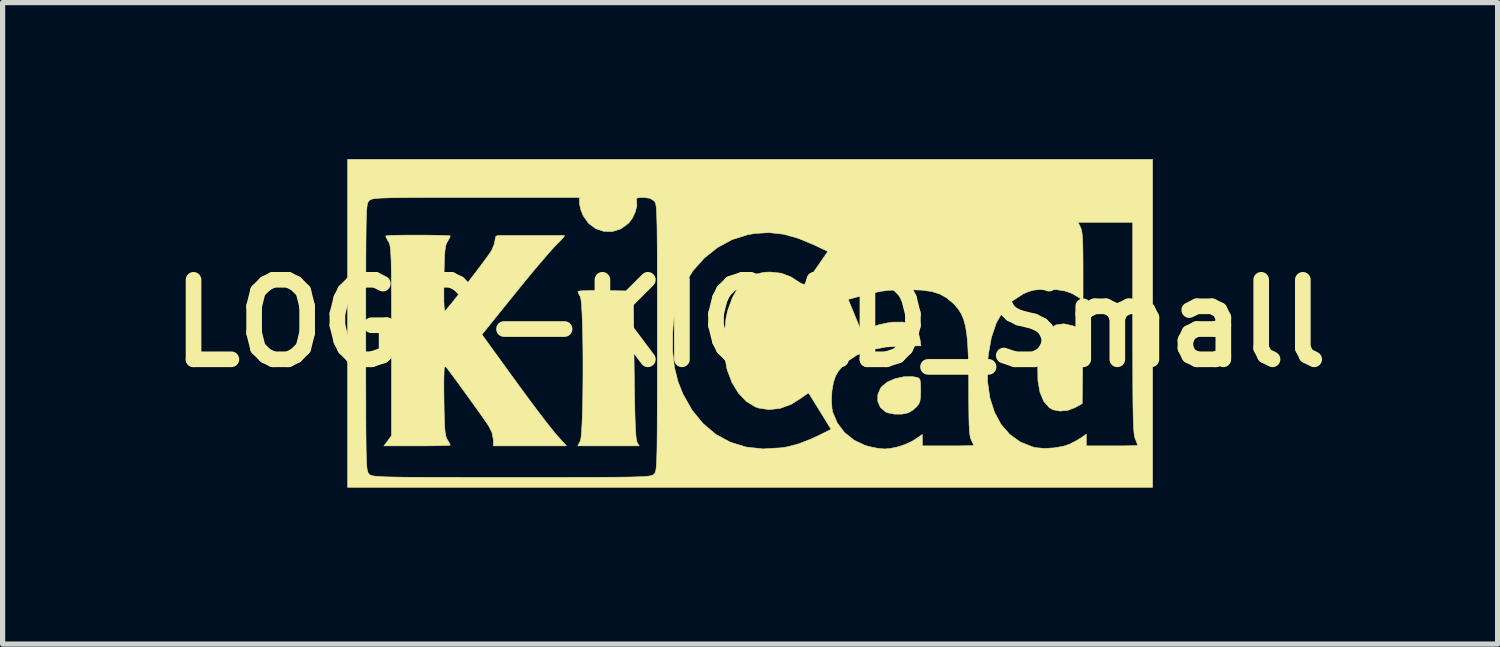
<source format=kicad_pcb>
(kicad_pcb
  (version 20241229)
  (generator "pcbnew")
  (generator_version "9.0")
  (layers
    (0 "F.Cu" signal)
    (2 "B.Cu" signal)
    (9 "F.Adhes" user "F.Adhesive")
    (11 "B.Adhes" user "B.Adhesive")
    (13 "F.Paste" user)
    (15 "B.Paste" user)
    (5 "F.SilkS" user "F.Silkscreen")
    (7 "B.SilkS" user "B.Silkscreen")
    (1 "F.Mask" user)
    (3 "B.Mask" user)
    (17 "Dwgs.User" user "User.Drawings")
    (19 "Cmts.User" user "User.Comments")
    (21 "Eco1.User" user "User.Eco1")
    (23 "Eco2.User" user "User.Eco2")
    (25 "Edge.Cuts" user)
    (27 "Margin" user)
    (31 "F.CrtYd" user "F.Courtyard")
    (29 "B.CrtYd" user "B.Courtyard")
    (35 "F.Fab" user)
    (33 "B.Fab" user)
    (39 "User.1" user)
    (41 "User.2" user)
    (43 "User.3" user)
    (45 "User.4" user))
  (footprint "LOGO-KICAD_Small"
    (layer "F.Cu")
    (at 11.328 3.148)
    (property "Reference" "LOGO-KICAD_Small" (at 0 0 0) (layer "F.SilkS") (effects (font (size 1.524 1.524) (thickness 0.3))))
    (attr through_hole)
    (fp_poly (pts (xy 6.188 0.047) (xy 6.267 0.08) (xy 6.383 0.135) (xy 6.374 0.836) (xy 6.366 1.538) (xy 6.239 1.61) (xy 6.093 1.667) (xy 5.942 1.682) (xy 5.806 1.656) (xy 5.735 1.616) (xy 5.628 1.493) (xy 5.556 1.318) (xy 5.517 1.095) (xy 5.514 0.825) (xy 5.526 0.672) (xy 5.568 0.43) (xy 5.64 0.241) (xy 5.739 0.107) (xy 5.864 0.03) (xy 6.014 0.009) (xy 6.188 0.047)) (stroke (width 0.01) (type solid)) (fill yes) (layer "F.SilkS"))
    (fp_poly (pts (xy 3.199 1.036) (xy 3.236 1.051) (xy 3.257 1.082) (xy 3.267 1.143) (xy 3.27 1.249) (xy 3.27 1.285) (xy 3.267 1.411) (xy 3.256 1.493) (xy 3.23 1.552) (xy 3.192 1.599) (xy 3.114 1.667) (xy 3.034 1.714) (xy 3.031 1.715) (xy 2.907 1.741) (xy 2.766 1.74) (xy 2.638 1.715) (xy 2.596 1.697) (xy 2.498 1.611) (xy 2.448 1.497) (xy 2.448 1.37) (xy 2.5 1.244) (xy 2.527 1.209) (xy 2.633 1.124) (xy 2.781 1.06) (xy 2.947 1.024) (xy 3.113 1.021) (xy 3.199 1.036)) (stroke (width 0.01) (type solid)) (fill yes) (layer "F.SilkS"))
    (fp_poly (pts (xy -2.77 -0.628) (xy -2.238 -0.619) (xy -2.223 0.794) (xy -2.218 1.155) (xy -2.213 1.457) (xy -2.208 1.705) (xy -2.202 1.902) (xy -2.195 2.053) (xy -2.187 2.162) (xy -2.178 2.235) (xy -2.168 2.274) (xy -2.166 2.278) (xy -2.125 2.349) (xy -3.304 2.349) (xy -3.255 2.256) (xy -3.242 2.199) (xy -3.231 2.087) (xy -3.222 1.929) (xy -3.214 1.733) (xy -3.208 1.508) (xy -3.205 1.261) (xy -3.203 1.002) (xy -3.203 0.739) (xy -3.204 0.481) (xy -3.208 0.235) (xy -3.214 0.01) (xy -3.221 -0.185) (xy -3.23 -0.342) (xy -3.241 -0.452) (xy -3.254 -0.508) (xy -3.254 -0.508) (xy -3.288 -0.574) (xy -3.301 -0.612) (xy -3.271 -0.62) (xy -3.189 -0.625) (xy -3.063 -0.629) (xy -2.905 -0.629) (xy -2.77 -0.628)) (stroke (width 0.01) (type solid)) (fill yes) (layer "F.SilkS"))
    (fp_poly (pts (xy -6.237 -1.691) (xy -6.075 -1.689) (xy -5.934 -1.686) (xy -5.825 -1.683) (xy -5.76 -1.678) (xy -5.747 -1.674) (xy -5.763 -1.632) (xy -5.801 -1.566) (xy -5.802 -1.564) (xy -5.822 -1.526) (xy -5.837 -1.474) (xy -5.848 -1.398) (xy -5.856 -1.29) (xy -5.862 -1.14) (xy -5.866 -0.94) (xy -5.868 -0.843) (xy -5.87 -0.598) (xy -5.869 -0.416) (xy -5.863 -0.297) (xy -5.854 -0.241) (xy -5.846 -0.238) (xy -5.799 -0.292) (xy -5.722 -0.385) (xy -5.623 -0.509) (xy -5.511 -0.652) (xy -5.392 -0.806) (xy -5.273 -0.961) (xy -5.163 -1.107) (xy -5.068 -1.235) (xy -4.996 -1.335) (xy -4.955 -1.396) (xy -4.951 -1.404) (xy -4.911 -1.499) (xy -4.89 -1.587) (xy -4.889 -1.602) (xy -4.873 -1.667) (xy -4.842 -1.683) (xy -4.795 -1.684) (xy -4.698 -1.684) (xy -4.563 -1.684) (xy -4.401 -1.684) (xy -4.226 -1.684) (xy -4.05 -1.684) (xy -3.883 -1.684) (xy -3.739 -1.684) (xy -3.63 -1.684) (xy -3.567 -1.684) (xy -3.558 -1.683) (xy -3.565 -1.663) (xy -3.609 -1.611) (xy -3.682 -1.537) (xy -3.7 -1.52) (xy -3.763 -1.454) (xy -3.86 -1.346) (xy -3.982 -1.204) (xy -4.125 -1.036) (xy -4.281 -0.848) (xy -4.444 -0.648) (xy -4.506 -0.571) (xy -5.14 0.215) (xy -4.522 1.068) (xy -4.364 1.284) (xy -4.209 1.494) (xy -4.063 1.689) (xy -3.932 1.861) (xy -3.822 2.001) (xy -3.74 2.103) (xy -3.712 2.135) (xy -3.52 2.349) (xy -4.921 2.349) (xy -4.921 2.229) (xy -4.949 2.09) (xy -5.011 1.967) (xy -5.053 1.903) (xy -5.124 1.803) (xy -5.215 1.674) (xy -5.32 1.528) (xy -5.432 1.373) (xy -5.543 1.219) (xy -5.647 1.077) (xy -5.737 0.956) (xy -5.805 0.865) (xy -5.845 0.814) (xy -5.849 0.81) (xy -5.859 0.829) (xy -5.865 0.907) (xy -5.869 1.041) (xy -5.87 1.225) (xy -5.868 1.456) (xy -5.868 1.462) (xy -5.864 1.694) (xy -5.859 1.871) (xy -5.853 2.002) (xy -5.844 2.096) (xy -5.832 2.161) (xy -5.816 2.206) (xy -5.802 2.231) (xy -5.764 2.294) (xy -5.747 2.332) (xy -5.747 2.333) (xy -5.777 2.338) (xy -5.861 2.342) (xy -5.99 2.346) (xy -6.153 2.348) (xy -6.343 2.349) (xy -6.383 2.349) (xy -7.019 2.349) (xy -6.946 2.252) (xy -6.874 2.154) (xy -6.874 0.337) (xy -6.874 -0.049) (xy -6.874 -0.376) (xy -6.875 -0.65) (xy -6.876 -0.876) (xy -6.878 -1.059) (xy -6.881 -1.204) (xy -6.886 -1.316) (xy -6.891 -1.4) (xy -6.898 -1.462) (xy -6.906 -1.506) (xy -6.916 -1.537) (xy -6.928 -1.561) (xy -6.935 -1.573) (xy -6.972 -1.637) (xy -6.984 -1.674) (xy -6.983 -1.676) (xy -6.944 -1.681) (xy -6.856 -1.686) (xy -6.729 -1.689) (xy -6.576 -1.691) (xy -6.408 -1.691) (xy -6.237 -1.691)) (stroke (width 0.01) (type solid)) (fill yes) (layer "F.SilkS"))
    (fp_poly (pts (xy 7.715 3.143) (xy -7.715 3.143) (xy -7.715 0.27) (xy -7.366 0.27) (xy -7.366 0.732) (xy -7.366 1.136) (xy -7.365 1.484) (xy -7.365 1.781) (xy -7.364 2.031) (xy -7.362 2.239) (xy -7.36 2.409) (xy -7.356 2.544) (xy -7.353 2.649) (xy -7.348 2.729) (xy -7.342 2.787) (xy -7.335 2.827) (xy -7.327 2.854) (xy -7.317 2.873) (xy -7.306 2.886) (xy -7.303 2.889) (xy -7.29 2.901) (xy -7.274 2.91) (xy -7.25 2.919) (xy -7.215 2.926) (xy -7.163 2.932) (xy -7.091 2.937) (xy -6.996 2.942) (xy -6.872 2.945) (xy -6.716 2.948) (xy -6.523 2.95) (xy -6.29 2.951) (xy -6.013 2.952) (xy -5.686 2.952) (xy -5.307 2.953) (xy -4.871 2.953) (xy -4.572 2.953) (xy -4.099 2.953) (xy -3.685 2.953) (xy -3.327 2.952) (xy -3.02 2.952) (xy -2.76 2.95) (xy -2.542 2.949) (xy -2.364 2.947) (xy -2.221 2.944) (xy -2.108 2.94) (xy -2.023 2.936) (xy -1.959 2.93) (xy -1.914 2.924) (xy -1.884 2.916) (xy -1.863 2.907) (xy -1.849 2.896) (xy -1.841 2.889) (xy -1.83 2.877) (xy -1.82 2.86) (xy -1.811 2.836) (xy -1.804 2.799) (xy -1.798 2.747) (xy -1.793 2.674) (xy -1.789 2.576) (xy -1.785 2.449) (xy -1.783 2.29) (xy -1.781 2.093) (xy -1.78 1.855) (xy -1.779 1.571) (xy -1.778 1.238) (xy -1.778 0.85) (xy -1.778 0.536) (xy -1.484 0.536) (xy -1.451 0.84) (xy -1.382 1.117) (xy -1.287 1.355) (xy -1.111 1.666) (xy -0.9 1.923) (xy -0.656 2.128) (xy -0.381 2.277) (xy -0.078 2.371) (xy 0.251 2.407) (xy 0.603 2.385) (xy 0.72 2.366) (xy 0.933 2.309) (xy 1.166 2.219) (xy 1.261 2.175) (xy 1.553 2.032) (xy 1.343 1.691) (xy 1.262 1.56) (xy 1.208 1.473) (xy 1.559 1.473) (xy 1.571 1.636) (xy 1.584 1.704) (xy 1.673 1.913) (xy 1.812 2.094) (xy 1.994 2.24) (xy 2.208 2.341) (xy 2.313 2.369) (xy 2.462 2.398) (xy 2.577 2.408) (xy 2.686 2.399) (xy 2.815 2.372) (xy 2.843 2.365) (xy 2.974 2.321) (xy 3.104 2.261) (xy 3.167 2.222) (xy 3.302 2.129) (xy 3.302 2.349) (xy 3.794 2.349) (xy 3.963 2.349) (xy 4.107 2.347) (xy 4.215 2.344) (xy 4.276 2.34) (xy 4.286 2.337) (xy 4.273 2.304) (xy 4.241 2.239) (xy 4.239 2.234) (xy 4.224 2.195) (xy 4.213 2.137) (xy 4.204 2.052) (xy 4.198 1.934) (xy 4.194 1.774) (xy 4.192 1.565) (xy 4.191 1.302) (xy 4.191 1.27) (xy 4.189 0.927) (xy 4.186 0.778) (xy 4.551 0.778) (xy 4.552 1.12) (xy 4.597 1.43) (xy 4.685 1.704) (xy 4.812 1.939) (xy 4.978 2.13) (xy 5.179 2.274) (xy 5.414 2.368) (xy 5.472 2.382) (xy 5.64 2.398) (xy 5.83 2.387) (xy 6.013 2.354) (xy 6.121 2.317) (xy 6.229 2.263) (xy 6.329 2.205) (xy 6.351 2.19) (xy 6.445 2.123) (xy 6.445 2.349) (xy 6.937 2.349) (xy 7.106 2.349) (xy 7.25 2.347) (xy 7.358 2.344) (xy 7.419 2.34) (xy 7.429 2.338) (xy 7.418 2.303) (xy 7.391 2.233) (xy 7.382 2.212) (xy 7.372 2.181) (xy 7.364 2.135) (xy 7.357 2.071) (xy 7.351 1.983) (xy 7.346 1.867) (xy 7.342 1.717) (xy 7.339 1.53) (xy 7.337 1.301) (xy 7.336 1.024) (xy 7.335 0.696) (xy 7.334 0.311) (xy 7.334 0.08) (xy 7.334 -1.937) (xy 6.81 -1.937) (xy 6.285 -1.937) (xy 6.333 -1.843) (xy 6.35 -1.798) (xy 6.363 -1.731) (xy 6.372 -1.635) (xy 6.378 -1.501) (xy 6.381 -1.321) (xy 6.382 -1.095) (xy 6.382 -0.44) (xy 6.294 -0.5) (xy 6.167 -0.575) (xy 6.034 -0.621) (xy 5.874 -0.645) (xy 5.699 -0.651) (xy 5.55 -0.648) (xy 5.442 -0.637) (xy 5.351 -0.614) (xy 5.256 -0.574) (xy 5.234 -0.563) (xy 5.024 -0.427) (xy 4.854 -0.243) (xy 4.721 -0.011) (xy 4.625 0.272) (xy 4.566 0.605) (xy 4.551 0.778) (xy 4.186 0.778) (xy 4.183 0.641) (xy 4.172 0.405) (xy 4.154 0.211) (xy 4.129 0.054) (xy 4.094 -0.074) (xy 4.049 -0.181) (xy 3.992 -0.271) (xy 3.923 -0.354) (xy 3.887 -0.389) (xy 3.767 -0.489) (xy 3.638 -0.561) (xy 3.487 -0.609) (xy 3.301 -0.636) (xy 3.068 -0.645) (xy 3 -0.645) (xy 2.803 -0.642) (xy 2.645 -0.632) (xy 2.502 -0.613) (xy 2.349 -0.581) (xy 2.234 -0.552) (xy 1.88 -0.46) (xy 2.006 -0.154) (xy 2.133 0.152) (xy 2.326 0.074) (xy 2.467 0.028) (xy 2.63 -0.008) (xy 2.734 -0.023) (xy 2.926 -0.024) (xy 3.069 0.011) (xy 3.169 0.086) (xy 3.232 0.205) (xy 3.257 0.309) (xy 3.276 0.431) (xy 2.948 0.433) (xy 2.597 0.454) (xy 2.298 0.512) (xy 2.048 0.607) (xy 1.848 0.74) (xy 1.696 0.912) (xy 1.643 1) (xy 1.598 1.13) (xy 1.569 1.296) (xy 1.559 1.473) (xy 1.208 1.473) (xy 1.195 1.451) (xy 1.146 1.374) (xy 1.124 1.338) (xy 1.123 1.338) (xy 1.096 1.349) (xy 1.035 1.39) (xy 0.989 1.425) (xy 0.788 1.553) (xy 0.575 1.63) (xy 0.362 1.654) (xy 0.161 1.623) (xy 0.102 1.602) (xy -0.071 1.497) (xy -0.222 1.339) (xy -0.346 1.137) (xy -0.436 0.9) (xy -0.447 0.857) (xy -0.473 0.703) (xy -0.487 0.509) (xy -0.489 0.297) (xy -0.481 0.088) (xy -0.461 -0.099) (xy -0.432 -0.237) (xy -0.338 -0.494) (xy -0.226 -0.693) (xy -0.092 -0.837) (xy 0.068 -0.931) (xy 0.258 -0.977) (xy 0.381 -0.984) (xy 0.598 -0.961) (xy 0.79 -0.887) (xy 0.914 -0.805) (xy 0.987 -0.76) (xy 1.039 -0.746) (xy 1.049 -0.75) (xy 1.077 -0.786) (xy 1.133 -0.863) (xy 1.207 -0.969) (xy 1.283 -1.078) (xy 1.49 -1.378) (xy 1.23 -1.502) (xy 0.923 -1.63) (xy 0.639 -1.709) (xy 0.367 -1.739) (xy 0.093 -1.723) (xy -0.048 -1.698) (xy -0.347 -1.604) (xy -0.625 -1.453) (xy -0.876 -1.253) (xy -1.093 -1.01) (xy -1.27 -0.729) (xy -1.401 -0.416) (xy -1.412 -0.381) (xy -1.437 -0.269) (xy -1.459 -0.113) (xy -1.476 0.069) (xy -1.483 0.192) (xy -1.484 0.536) (xy -1.778 0.536) (xy -1.778 0.404) (xy -1.778 0.27) (xy -1.778 -0.193) (xy -1.778 -0.596) (xy -1.779 -0.944) (xy -1.779 -1.241) (xy -1.78 -1.492) (xy -1.782 -1.699) (xy -1.784 -1.869) (xy -1.788 -2.004) (xy -1.791 -2.109) (xy -1.796 -2.189) (xy -1.802 -2.247) (xy -1.809 -2.287) (xy -1.817 -2.315) (xy -1.827 -2.333) (xy -1.838 -2.346) (xy -1.842 -2.349) (xy -1.92 -2.397) (xy -2.039 -2.413) (xy -2.05 -2.413) (xy -2.138 -2.41) (xy -2.176 -2.396) (xy -2.179 -2.365) (xy -2.175 -2.351) (xy -2.171 -2.253) (xy -2.202 -2.132) (xy -2.259 -2.011) (xy -2.33 -1.918) (xy -2.477 -1.811) (xy -2.639 -1.76) (xy -2.804 -1.763) (xy -2.961 -1.816) (xy -3.098 -1.92) (xy -3.199 -2.063) (xy -3.242 -2.17) (xy -3.267 -2.274) (xy -3.27 -2.309) (xy -3.27 -2.413) (xy -5.255 -2.413) (xy -5.659 -2.413) (xy -6.004 -2.413) (xy -6.295 -2.412) (xy -6.538 -2.411) (xy -6.736 -2.409) (xy -6.894 -2.407) (xy -7.018 -2.403) (xy -7.111 -2.399) (xy -7.18 -2.393) (xy -7.228 -2.386) (xy -7.26 -2.377) (xy -7.282 -2.367) (xy -7.297 -2.355) (xy -7.303 -2.349) (xy -7.314 -2.337) (xy -7.324 -2.32) (xy -7.333 -2.296) (xy -7.34 -2.26) (xy -7.346 -2.207) (xy -7.351 -2.134) (xy -7.355 -2.036) (xy -7.359 -1.91) (xy -7.361 -1.75) (xy -7.363 -1.553) (xy -7.364 -1.315) (xy -7.365 -1.031) (xy -7.366 -0.698) (xy -7.366 -0.31) (xy -7.366 0.135) (xy -7.366 0.27) (xy -7.715 0.27) (xy -7.715 -3.143) (xy 7.715 -3.143) (xy 7.715 3.143)) (stroke (width 0.01) (type solid)) (fill yes) (layer "F.SilkS")))
  (gr_rect
    (start -3 -3)
    (end 25.657 9.296)
    (stroke (width 0.1) (type default))
    (fill no)
    (layer "Edge.Cuts")))
</source>
